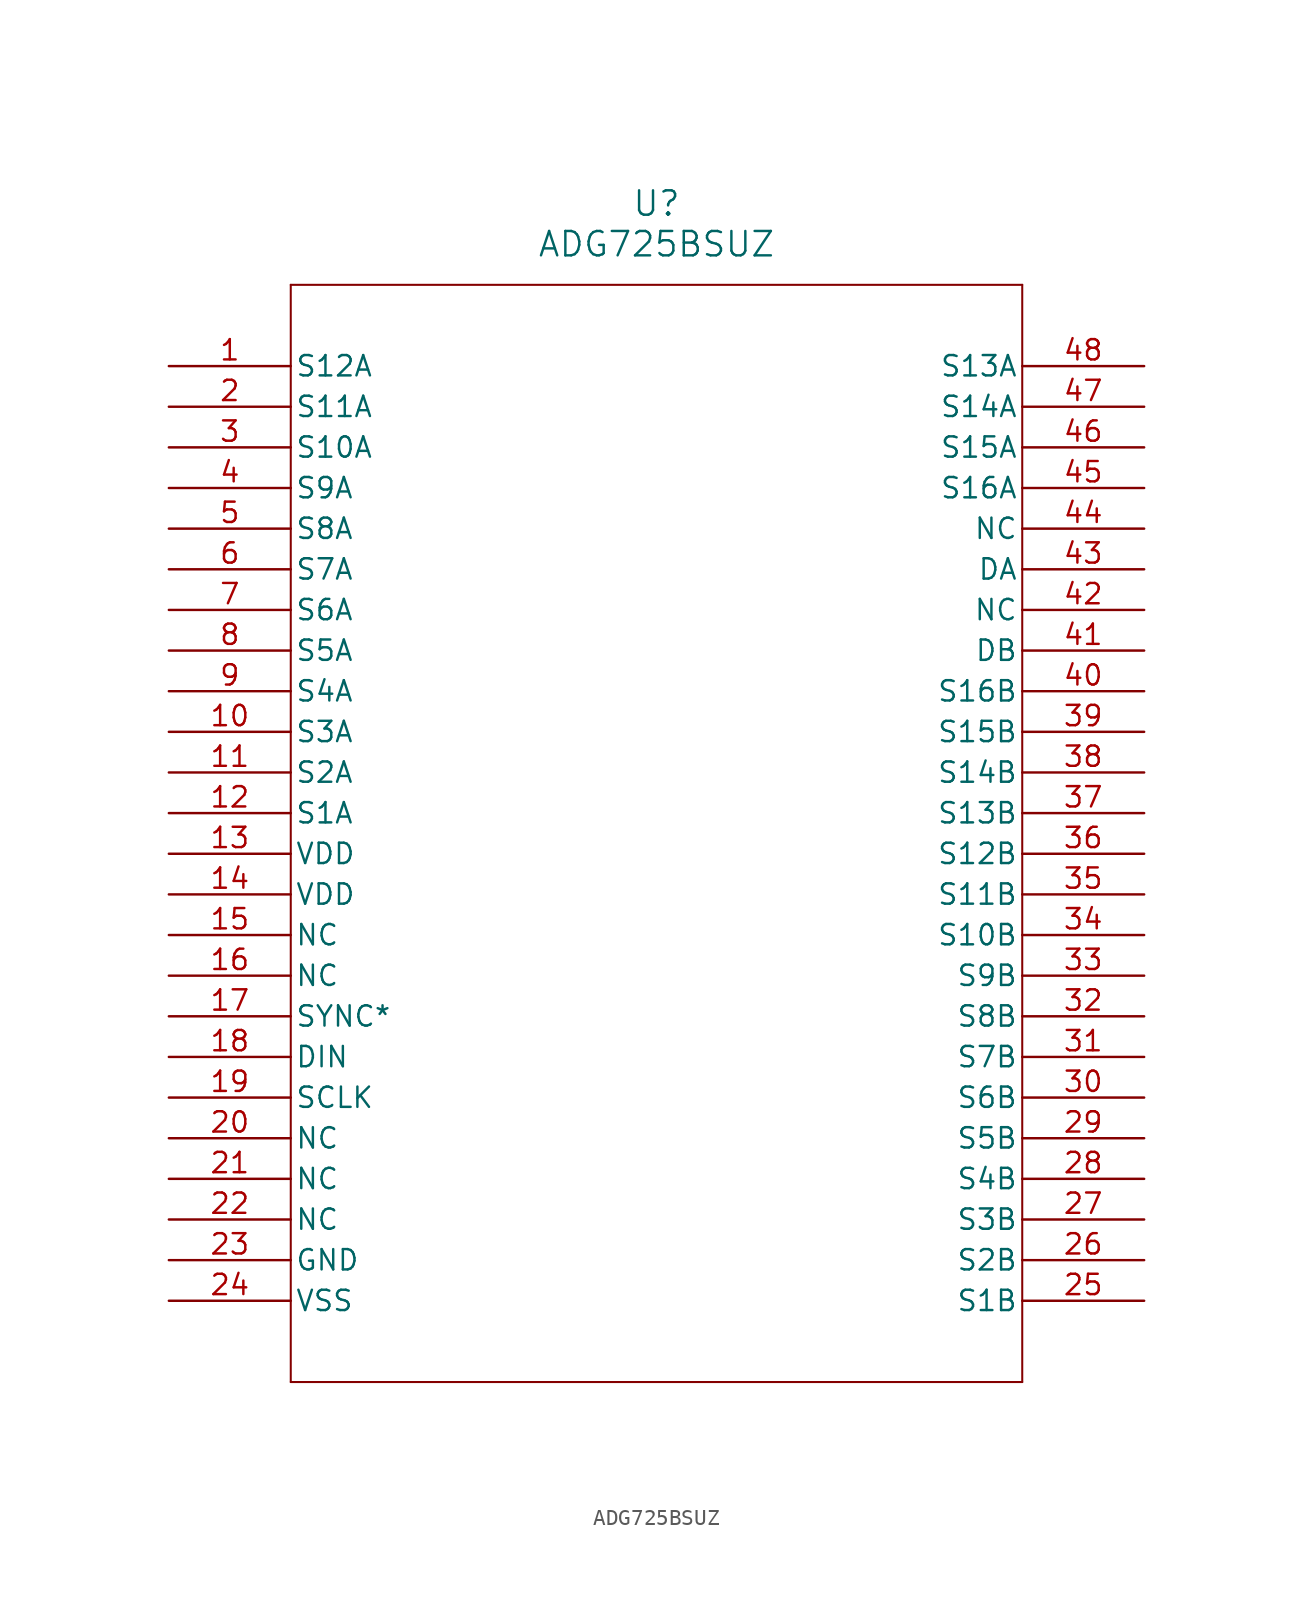
<source format=kicad_sym>
(kicad_symbol_lib
  (version 20211014)
  (generator kicad_symbol_editor)
  (symbol "ADG725BSUZ"
    (pin_names
      (offset 0.254))
    (property "Reference" "U"
      (at 30.48 10.16 0)
      (effects (font (size 1.524 1.524))))
    (property "Value" "ADG725BSUZ"
      (at 30.48 7.62 0)
      (effects (font (size 1.524 1.524))))
    (symbol "ADG725BSUZ_0_1"
      (polyline (pts (xy 7.62 5.08) (xy 7.62 -63.5)) (stroke (width 0.127) (type default) (color 0 0 0 0)) (fill (type none)))
      (polyline (pts (xy 7.62 -63.5) (xy 53.34 -63.5)) (stroke (width 0.127) (type default) (color 0 0 0 0)) (fill (type none)))
      (polyline (pts (xy 53.34 -63.5) (xy 53.34 5.08)) (stroke (width 0.127) (type default) (color 0 0 0 0)) (fill (type none)))
      (polyline (pts (xy 53.34 5.08) (xy 7.62 5.08)) (stroke (width 0.127) (type default) (color 0 0 0 0)) (fill (type none)))
      (pin unspecified line (at 0 0 0) (length 7.62) (name "S12A" (effects (font (size 1.27 1.27)))) (number "1" (effects (font (size 1.27 1.27)))))
      (pin unspecified line (at 0 -2.54 0) (length 7.62) (name "S11A" (effects (font (size 1.27 1.27)))) (number "2" (effects (font (size 1.27 1.27)))))
      (pin unspecified line (at 0 -5.08 0) (length 7.62) (name "S10A" (effects (font (size 1.27 1.27)))) (number "3" (effects (font (size 1.27 1.27)))))
      (pin unspecified line (at 0 -7.62 0) (length 7.62) (name "S9A" (effects (font (size 1.27 1.27)))) (number "4" (effects (font (size 1.27 1.27)))))
      (pin unspecified line (at 0 -10.16 0) (length 7.62) (name "S8A" (effects (font (size 1.27 1.27)))) (number "5" (effects (font (size 1.27 1.27)))))
      (pin unspecified line (at 0 -12.7 0) (length 7.62) (name "S7A" (effects (font (size 1.27 1.27)))) (number "6" (effects (font (size 1.27 1.27)))))
      (pin unspecified line (at 0 -15.24 0) (length 7.62) (name "S6A" (effects (font (size 1.27 1.27)))) (number "7" (effects (font (size 1.27 1.27)))))
      (pin unspecified line (at 0 -17.78 0) (length 7.62) (name "S5A" (effects (font (size 1.27 1.27)))) (number "8" (effects (font (size 1.27 1.27)))))
      (pin unspecified line (at 0 -20.32 0) (length 7.62) (name "S4A" (effects (font (size 1.27 1.27)))) (number "9" (effects (font (size 1.27 1.27)))))
      (pin unspecified line (at 0 -22.86 0) (length 7.62) (name "S3A" (effects (font (size 1.27 1.27)))) (number "10" (effects (font (size 1.27 1.27)))))
      (pin unspecified line (at 0 -25.4 0) (length 7.62) (name "S2A" (effects (font (size 1.27 1.27)))) (number "11" (effects (font (size 1.27 1.27)))))
      (pin unspecified line (at 0 -27.94 0) (length 7.62) (name "S1A" (effects (font (size 1.27 1.27)))) (number "12" (effects (font (size 1.27 1.27)))))
      (pin power_in line (at 0 -30.48 0) (length 7.62) (name "VDD" (effects (font (size 1.27 1.27)))) (number "13" (effects (font (size 1.27 1.27)))))
      (pin power_in line (at 0 -33.02 0) (length 7.62) (name "VDD" (effects (font (size 1.27 1.27)))) (number "14" (effects (font (size 1.27 1.27)))))
      (pin unspecified line (at 0 -35.56 0) (length 7.62) (name "NC" (effects (font (size 1.27 1.27)))) (number "15" (effects (font (size 1.27 1.27)))))
      (pin unspecified line (at 0 -38.1 0) (length 7.62) (name "NC" (effects (font (size 1.27 1.27)))) (number "16" (effects (font (size 1.27 1.27)))))
      (pin unspecified line (at 0 -40.64 0) (length 7.62) (name "SYNC*" (effects (font (size 1.27 1.27)))) (number "17" (effects (font (size 1.27 1.27)))))
      (pin unspecified line (at 0 -43.18 0) (length 7.62) (name "DIN" (effects (font (size 1.27 1.27)))) (number "18" (effects (font (size 1.27 1.27)))))
      (pin unspecified line (at 0 -45.72 0) (length 7.62) (name "SCLK" (effects (font (size 1.27 1.27)))) (number "19" (effects (font (size 1.27 1.27)))))
      (pin unspecified line (at 0 -48.26 0) (length 7.62) (name "NC" (effects (font (size 1.27 1.27)))) (number "20" (effects (font (size 1.27 1.27)))))
      (pin unspecified line (at 0 -50.8 0) (length 7.62) (name "NC" (effects (font (size 1.27 1.27)))) (number "21" (effects (font (size 1.27 1.27)))))
      (pin unspecified line (at 0 -53.34 0) (length 7.62) (name "NC" (effects (font (size 1.27 1.27)))) (number "22" (effects (font (size 1.27 1.27)))))
      (pin unspecified line (at 0 -55.88 0) (length 7.62) (name "GND" (effects (font (size 1.27 1.27)))) (number "23" (effects (font (size 1.27 1.27)))))
      (pin power_in line (at 0 -58.42 0) (length 7.62) (name "VSS" (effects (font (size 1.27 1.27)))) (number "24" (effects (font (size 1.27 1.27)))))
      (pin unspecified line (at 60.96 -58.42 180) (length 7.62) (name "S1B" (effects (font (size 1.27 1.27)))) (number "25" (effects (font (size 1.27 1.27)))))
      (pin unspecified line (at 60.96 -55.88 180) (length 7.62) (name "S2B" (effects (font (size 1.27 1.27)))) (number "26" (effects (font (size 1.27 1.27)))))
      (pin unspecified line (at 60.96 -53.34 180) (length 7.62) (name "S3B" (effects (font (size 1.27 1.27)))) (number "27" (effects (font (size 1.27 1.27)))))
      (pin unspecified line (at 60.96 -50.8 180) (length 7.62) (name "S4B" (effects (font (size 1.27 1.27)))) (number "28" (effects (font (size 1.27 1.27)))))
      (pin unspecified line (at 60.96 -48.26 180) (length 7.62) (name "S5B" (effects (font (size 1.27 1.27)))) (number "29" (effects (font (size 1.27 1.27)))))
      (pin unspecified line (at 60.96 -45.72 180) (length 7.62) (name "S6B" (effects (font (size 1.27 1.27)))) (number "30" (effects (font (size 1.27 1.27)))))
      (pin unspecified line (at 60.96 -43.18 180) (length 7.62) (name "S7B" (effects (font (size 1.27 1.27)))) (number "31" (effects (font (size 1.27 1.27)))))
      (pin unspecified line (at 60.96 -40.64 180) (length 7.62) (name "S8B" (effects (font (size 1.27 1.27)))) (number "32" (effects (font (size 1.27 1.27)))))
      (pin unspecified line (at 60.96 -38.1 180) (length 7.62) (name "S9B" (effects (font (size 1.27 1.27)))) (number "33" (effects (font (size 1.27 1.27)))))
      (pin unspecified line (at 60.96 -35.56 180) (length 7.62) (name "S10B" (effects (font (size 1.27 1.27)))) (number "34" (effects (font (size 1.27 1.27)))))
      (pin unspecified line (at 60.96 -33.02 180) (length 7.62) (name "S11B" (effects (font (size 1.27 1.27)))) (number "35" (effects (font (size 1.27 1.27)))))
      (pin unspecified line (at 60.96 -30.48 180) (length 7.62) (name "S12B" (effects (font (size 1.27 1.27)))) (number "36" (effects (font (size 1.27 1.27)))))
      (pin unspecified line (at 60.96 -27.94 180) (length 7.62) (name "S13B" (effects (font (size 1.27 1.27)))) (number "37" (effects (font (size 1.27 1.27)))))
      (pin unspecified line (at 60.96 -25.4 180) (length 7.62) (name "S14B" (effects (font (size 1.27 1.27)))) (number "38" (effects (font (size 1.27 1.27)))))
      (pin unspecified line (at 60.96 -22.86 180) (length 7.62) (name "S15B" (effects (font (size 1.27 1.27)))) (number "39" (effects (font (size 1.27 1.27)))))
      (pin unspecified line (at 60.96 -20.32 180) (length 7.62) (name "S16B" (effects (font (size 1.27 1.27)))) (number "40" (effects (font (size 1.27 1.27)))))
      (pin unspecified line (at 60.96 -17.78 180) (length 7.62) (name "DB" (effects (font (size 1.27 1.27)))) (number "41" (effects (font (size 1.27 1.27)))))
      (pin unspecified line (at 60.96 -15.24 180) (length 7.62) (name "NC" (effects (font (size 1.27 1.27)))) (number "42" (effects (font (size 1.27 1.27)))))
      (pin unspecified line (at 60.96 -12.7 180) (length 7.62) (name "DA" (effects (font (size 1.27 1.27)))) (number "43" (effects (font (size 1.27 1.27)))))
      (pin unspecified line (at 60.96 -10.16 180) (length 7.62) (name "NC" (effects (font (size 1.27 1.27)))) (number "44" (effects (font (size 1.27 1.27)))))
      (pin unspecified line (at 60.96 -7.62 180) (length 7.62) (name "S16A" (effects (font (size 1.27 1.27)))) (number "45" (effects (font (size 1.27 1.27)))))
      (pin unspecified line (at 60.96 -5.08 180) (length 7.62) (name "S15A" (effects (font (size 1.27 1.27)))) (number "46" (effects (font (size 1.27 1.27)))))
      (pin unspecified line (at 60.96 -2.54 180) (length 7.62) (name "S14A" (effects (font (size 1.27 1.27)))) (number "47" (effects (font (size 1.27 1.27)))))
      (pin unspecified line (at 60.96 0 180) (length 7.62) (name "S13A" (effects (font (size 1.27 1.27)))) (number "48" (effects (font (size 1.27 1.27))))))))
</source>
